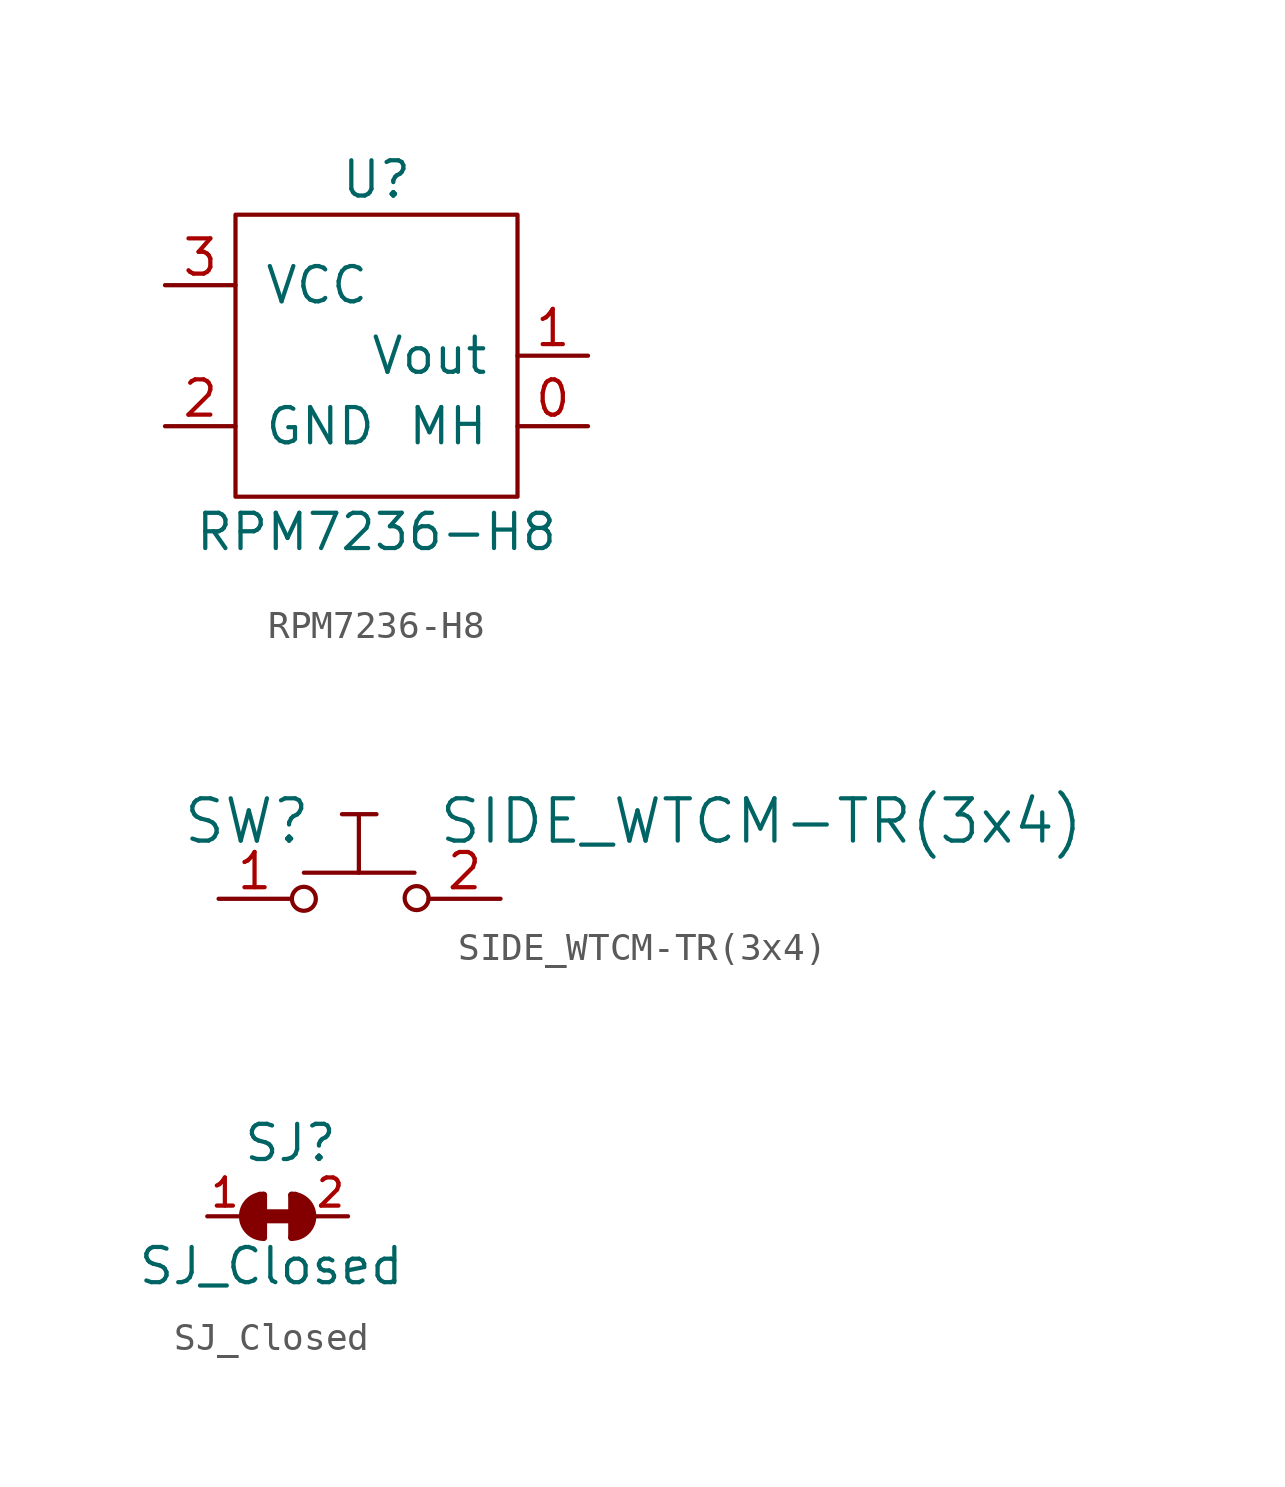
<source format=kicad_sym>
(kicad_symbol_lib
  (version 20211014)
  (generator kicad_symbol_editor)
  (symbol "RPM7236-H8"
    (pin_names
      (offset 1.016))
    (property "Reference" "U"
      (at 0 6.35 0)
      (effects (font (size 1.27 1.27))))
    (property "Value" "RPM7236-H8"
      (at 0 -6.35 0)
      (effects (font (size 1.27 1.27))))
    (symbol "RPM7236-H8_0_1"
      (rectangle (start -5.08 5.08) (end 5.08 -5.08) (stroke (width 0) (type default) (color 0 0 0 0)) (fill (type none))))
    (symbol "RPM7236-H8_1_1"
      (pin passive line (at 7.62 -2.54 180) (length 2.54) (name "MH" (effects (font (size 1.27 1.27)))) (number "0" (effects (font (size 1.27 1.27)))))
      (pin output line (at 7.62 0 180) (length 2.54) (name "Vout" (effects (font (size 1.27 1.27)))) (number "1" (effects (font (size 1.27 1.27)))))
      (pin power_in line (at -7.62 -2.54 0) (length 2.54) (name "GND" (effects (font (size 1.27 1.27)))) (number "2" (effects (font (size 1.27 1.27)))))
      (pin power_in line (at -7.62 2.54 0) (length 2.54) (name "VCC" (effects (font (size 1.27 1.27)))) (number "3" (effects (font (size 1.27 1.27)))))))
  (symbol "SIDE_WTCM-TR(3x4)"
    (pin_names
      (offset 1.016))
    (property "Reference" "SW"
      (at -4.064 2.794 0)
      (effects (font (size 1.524 1.524))))
    (property "Value" "SIDE_WTCM-TR(3x4)"
      (at 14.478 2.794 0)
      (effects (font (size 1.524 1.524))))
    (property "Footprint" ""
      (at -0.025 0.965 0)
      (effects (font (size 1.524 1.524))))
    (property "Datasheet" ""
      (at -0.025 0.965 0)
      (effects (font (size 1.524 1.524))))
    (symbol "SIDE_WTCM-TR(3x4)_0_1"
      (circle (center -2.007 0) (radius 0.432) (stroke (width 0) (type default) (color 0 0 0 0)) (fill (type none)))
      (polyline (pts (xy -0.635 3.048) (xy 0.61 3.048)) (stroke (width 0) (type default) (color 0 0 0 0)) (fill (type none)))
      (polyline (pts (xy -0.025 0.94) (xy -2.007 0.94)) (stroke (width 0) (type default) (color 0 0 0 0)) (fill (type none)))
      (polyline (pts (xy -0.025 0.94) (xy 1.981 0.94)) (stroke (width 0) (type default) (color 0 0 0 0)) (fill (type none)))
      (polyline (pts (xy -0.025 1.016) (xy -0.025 2.972)) (stroke (width 0) (type default) (color 0 0 0 0)) (fill (type none)))
      (circle (center 2.057 0.025) (radius 0.432) (stroke (width 0) (type default) (color 0 0 0 0)) (fill (type none))))
    (symbol "SIDE_WTCM-TR(3x4)_1_1"
      (pin passive line (at -5.08 0 0) (length 2.591) (name "~" (effects (font (size 1.27 1.27)))) (number "1" (effects (font (size 1.27 1.27)))))
      (pin passive line (at 5.08 0 180) (length 2.591) (name "~" (effects (font (size 1.27 1.27)))) (number "2" (effects (font (size 1.27 1.27)))))))
  (symbol "SJ_Closed"
    (pin_names
      (offset 1.016) hide)
    (property "Reference" "SJ"
      (at -1.27 1.905 0)
      (effects (font (size 1.27 1.27)) (justify left bottom)))
    (property "Value" "SJ_Closed"
      (at -5.08 -2.54 0)
      (effects (font (size 1.27 1.27)) (justify left bottom)))
    (property "Datasheet" ""
      (at 0 0 0)
      (effects (font (size 1.524 1.524))))
    (symbol "SJ_Closed_0_1"
      (arc (start -0.508 0.762) (mid -1.27 0) (end -0.508 -0.762) (stroke (width 0.254) (type default) (color 0 0 0 0)) (fill (type none)))
      (polyline (pts (xy -1.143 0.381) (xy -1.143 -0.254)) (stroke (width 0.254) (type default) (color 0 0 0 0)) (fill (type none)))
      (polyline (pts (xy -1.016 0.508) (xy -1.016 -0.508)) (stroke (width 0.254) (type default) (color 0 0 0 0)) (fill (type none)))
      (polyline (pts (xy -0.889 0.508) (xy -0.889 -0.508)) (stroke (width 0.254) (type default) (color 0 0 0 0)) (fill (type none)))
      (polyline (pts (xy -0.762 0.635) (xy -0.762 -0.635)) (stroke (width 0.254) (type default) (color 0 0 0 0)) (fill (type none)))
      (polyline (pts (xy -0.635 0) (xy 0.635 0)) (stroke (width 0.508) (type default) (color 0 0 0 0)) (fill (type none)))
      (polyline (pts (xy -0.635 0.762) (xy -0.635 -0.635)) (stroke (width 0.254) (type default) (color 0 0 0 0)) (fill (type none)))
      (polyline (pts (xy -0.508 0.762) (xy -0.508 -0.762)) (stroke (width 0.254) (type default) (color 0 0 0 0)) (fill (type none)))
      (polyline (pts (xy 0.508 0.762) (xy 0.508 -0.762)) (stroke (width 0.254) (type default) (color 0 0 0 0)) (fill (type none)))
      (polyline (pts (xy 0.635 0.762) (xy 0.635 -0.635)) (stroke (width 0.254) (type default) (color 0 0 0 0)) (fill (type none)))
      (polyline (pts (xy 0.762 0.635) (xy 0.762 -0.635)) (stroke (width 0.254) (type default) (color 0 0 0 0)) (fill (type none)))
      (polyline (pts (xy 0.889 0.508) (xy 0.889 -0.508)) (stroke (width 0.254) (type default) (color 0 0 0 0)) (fill (type none)))
      (polyline (pts (xy 1.016 0.508) (xy 1.016 -0.381)) (stroke (width 0.254) (type default) (color 0 0 0 0)) (fill (type none)))
      (polyline (pts (xy 1.143 0.381) (xy 1.143 -0.381)) (stroke (width 0.254) (type default) (color 0 0 0 0)) (fill (type none)))
      (arc (start 0.508 -0.762) (mid 1.0468 -0.5388) (end 1.27 0) (stroke (width 0.254) (type default) (color 0 0 0 0)) (fill (type none)))
      (arc (start 1.27 0) (mid 1.0468 0.5388) (end 0.508 0.762) (stroke (width 0.254) (type default) (color 0 0 0 0)) (fill (type none))))
    (symbol "SJ_Closed_1_1"
      (pin passive line (at -2.54 0 0) (length 1.27) (name "1" (effects (font (size 0.508 0.508)))) (number "1" (effects (font (size 1.016 1.016)))))
      (pin passive line (at 2.54 0 180) (length 1.27) (name "2" (effects (font (size 0.508 0.508)))) (number "2" (effects (font (size 1.016 1.016))))))))
</source>
